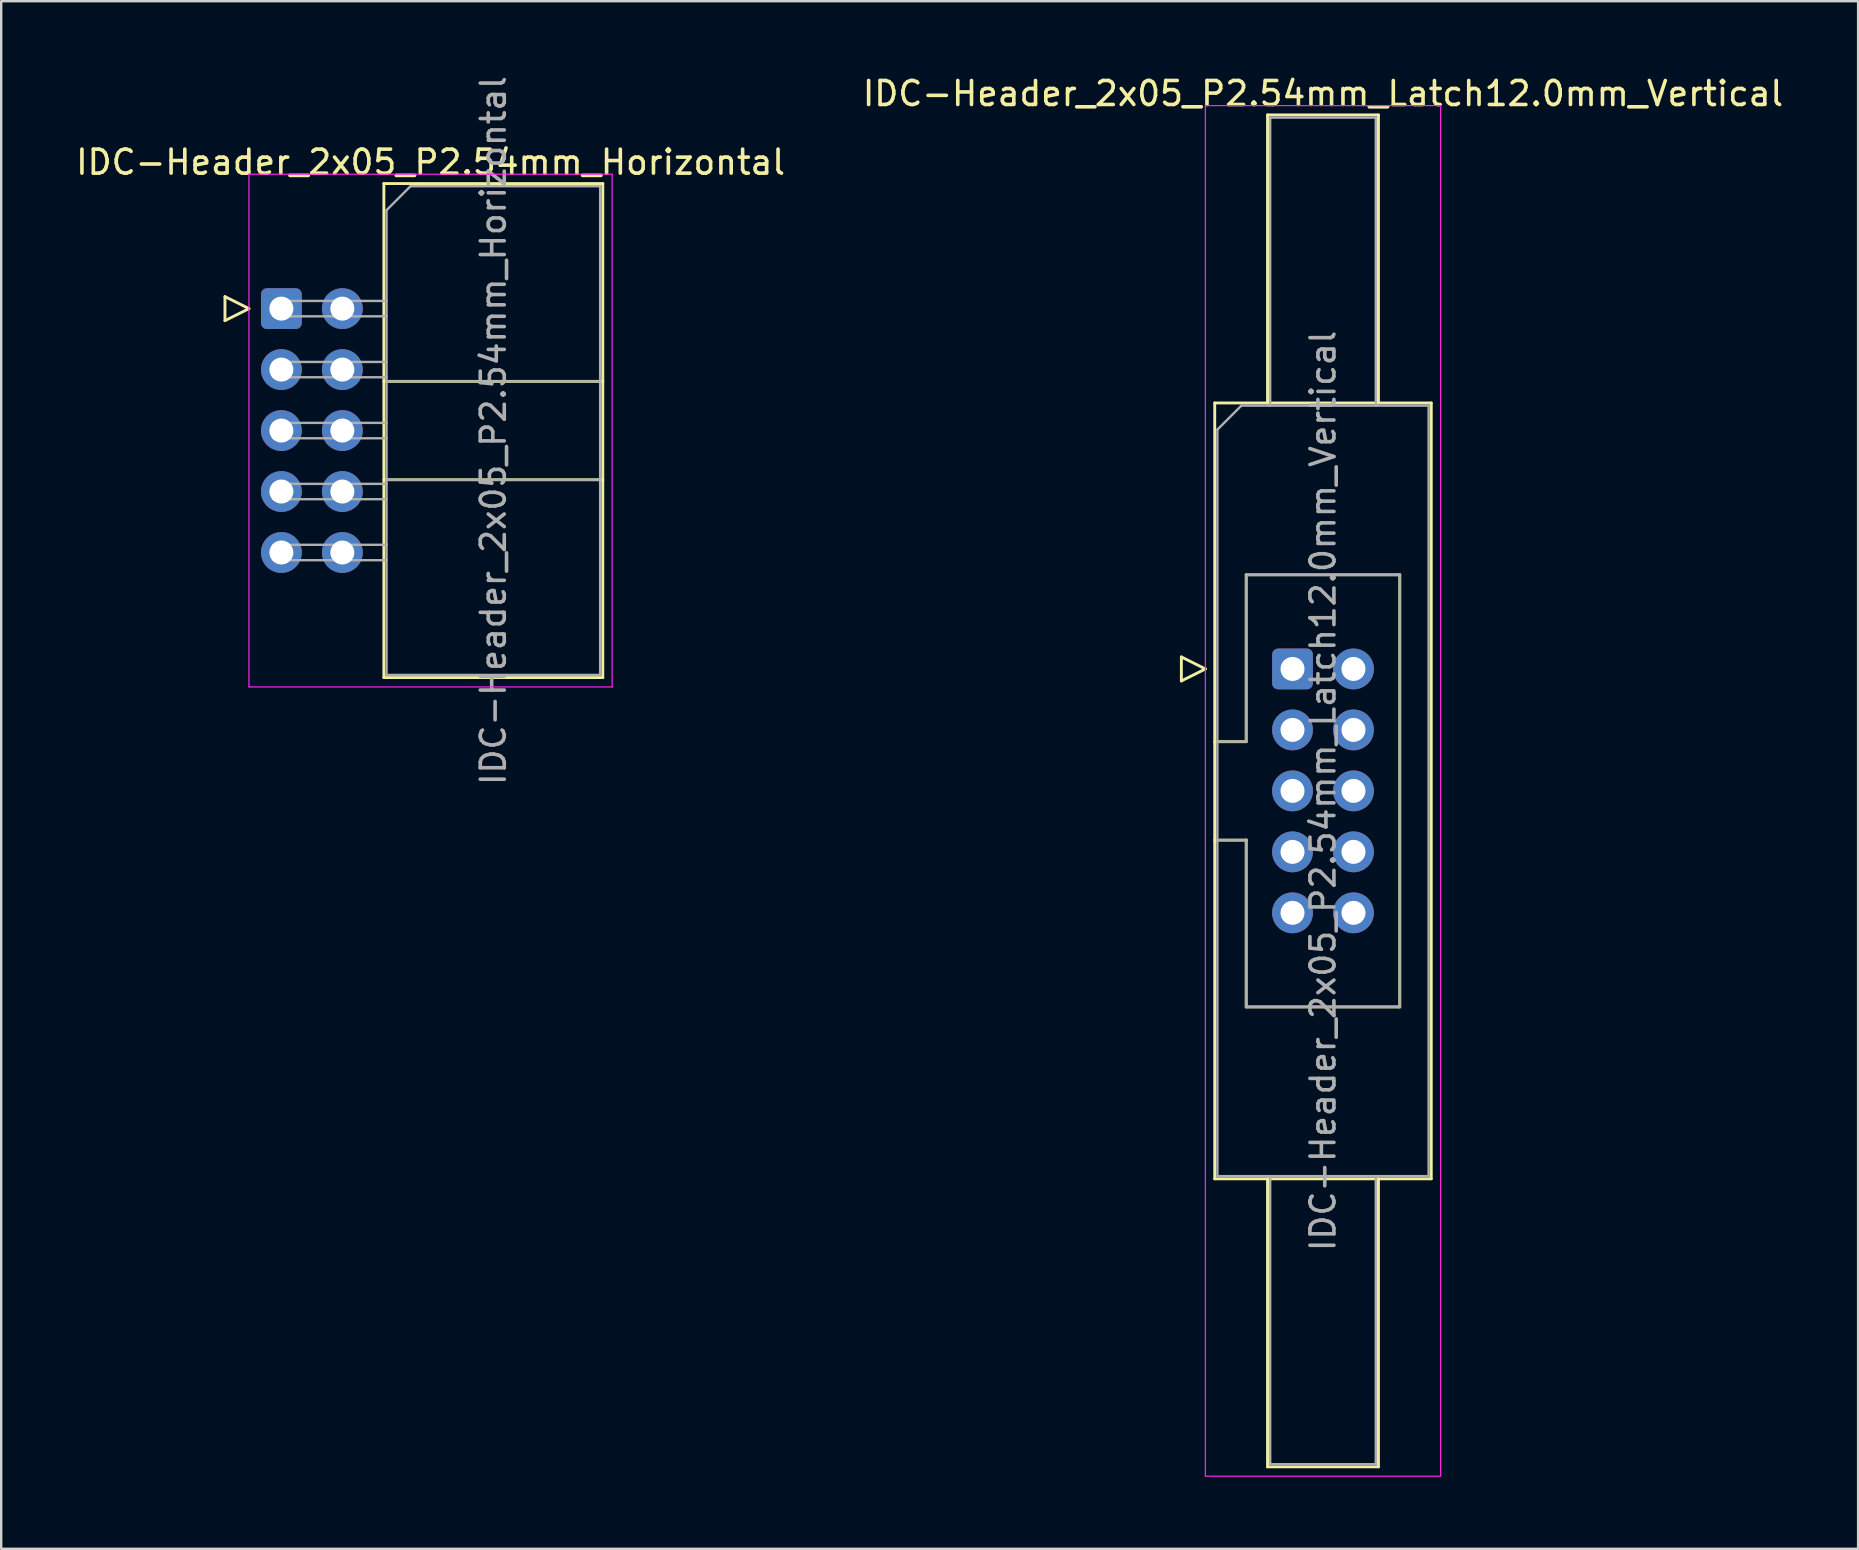
<source format=kicad_pcb>
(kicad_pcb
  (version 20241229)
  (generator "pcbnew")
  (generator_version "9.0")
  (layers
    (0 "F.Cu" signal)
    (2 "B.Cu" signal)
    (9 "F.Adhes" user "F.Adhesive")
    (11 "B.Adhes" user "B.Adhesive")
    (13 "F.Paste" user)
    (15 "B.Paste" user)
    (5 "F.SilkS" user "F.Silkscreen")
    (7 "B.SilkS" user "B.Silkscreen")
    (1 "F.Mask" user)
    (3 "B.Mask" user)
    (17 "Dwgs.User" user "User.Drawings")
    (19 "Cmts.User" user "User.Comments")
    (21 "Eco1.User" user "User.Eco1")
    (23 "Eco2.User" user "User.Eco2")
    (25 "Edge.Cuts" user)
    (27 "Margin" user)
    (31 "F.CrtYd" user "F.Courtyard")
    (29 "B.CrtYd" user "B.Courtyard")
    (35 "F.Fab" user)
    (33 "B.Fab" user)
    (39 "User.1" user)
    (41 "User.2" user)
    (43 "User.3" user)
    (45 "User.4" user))
  (footprint "IDC-Header_2x05_P2.54mm_Latch12.0mm_Vertical"
    (layer "F.Cu")
    (at 50.795 24.818)
    (property "Reference" "IDC-Header_2x05_P2.54mm_Latch12.0mm_Vertical" (at 1.27 -23.97 0) (layer "F.SilkS") (effects (font (size 1 1) (thickness 0.15))))
    (attr through_hole)
    (fp_line (start -4.63 -0.5) (end -4.63 0.5) (stroke (width 0.12) (type solid)) (layer "F.SilkS"))
    (fp_line (start -4.63 0.5) (end -3.63 0) (stroke (width 0.12) (type solid)) (layer "F.SilkS"))
    (fp_line (start -3.63 0) (end -4.63 -0.5) (stroke (width 0.12) (type solid)) (layer "F.SilkS"))
    (fp_line (start -3.24 -11.08) (end 5.78 -11.08) (stroke (width 0.12) (type solid)) (layer "F.SilkS"))
    (fp_line (start -3.24 3.03) (end -1.93 3.03) (stroke (width 0.12) (type solid)) (layer "F.SilkS"))
    (fp_line (start -3.24 21.24) (end -3.24 -11.08) (stroke (width 0.12) (type solid)) (layer "F.SilkS"))
    (fp_line (start -1.93 -3.92) (end 4.47 -3.92) (stroke (width 0.12) (type solid)) (layer "F.SilkS"))
    (fp_line (start -1.93 3.03) (end -1.93 -3.92) (stroke (width 0.12) (type solid)) (layer "F.SilkS"))
    (fp_line (start -1.93 7.13) (end -3.24 7.13) (stroke (width 0.12) (type solid)) (layer "F.SilkS"))
    (fp_line (start -1.93 7.13) (end -1.93 7.13) (stroke (width 0.12) (type solid)) (layer "F.SilkS"))
    (fp_line (start -1.93 14.08) (end -1.93 7.13) (stroke (width 0.12) (type solid)) (layer "F.SilkS"))
    (fp_line (start -1.04 -23.08) (end 3.58 -23.08) (stroke (width 0.12) (type solid)) (layer "F.SilkS"))
    (fp_line (start -1.04 -11.08) (end -1.04 -23.08) (stroke (width 0.12) (type solid)) (layer "F.SilkS"))
    (fp_line (start -1.04 21.24) (end -1.04 33.24) (stroke (width 0.12) (type solid)) (layer "F.SilkS"))
    (fp_line (start -1.04 33.24) (end 3.58 33.24) (stroke (width 0.12) (type solid)) (layer "F.SilkS"))
    (fp_line (start 3.58 -23.08) (end 3.58 -11.08) (stroke (width 0.12) (type solid)) (layer "F.SilkS"))
    (fp_line (start 3.58 33.24) (end 3.58 21.24) (stroke (width 0.12) (type solid)) (layer "F.SilkS"))
    (fp_line (start 4.47 -3.92) (end 4.47 14.08) (stroke (width 0.12) (type solid)) (layer "F.SilkS"))
    (fp_line (start 4.47 14.08) (end -1.93 14.08) (stroke (width 0.12) (type solid)) (layer "F.SilkS"))
    (fp_line (start 5.78 -11.08) (end 5.78 21.24) (stroke (width 0.12) (type solid)) (layer "F.SilkS"))
    (fp_line (start 5.78 21.24) (end -3.24 21.24) (stroke (width 0.12) (type solid)) (layer "F.SilkS"))
    (fp_line (start -3.63 -23.47) (end -3.63 33.63) (stroke (width 0.05) (type solid)) (layer "F.CrtYd"))
    (fp_line (start -3.63 33.63) (end 6.17 33.63) (stroke (width 0.05) (type solid)) (layer "F.CrtYd"))
    (fp_line (start 6.17 -23.47) (end -3.63 -23.47) (stroke (width 0.05) (type solid)) (layer "F.CrtYd"))
    (fp_line (start 6.17 33.63) (end 6.17 -23.47) (stroke (width 0.05) (type solid)) (layer "F.CrtYd"))
    (fp_line (start -3.13 -9.97) (end -2.13 -10.97) (stroke (width 0.1) (type solid)) (layer "F.Fab"))
    (fp_line (start -3.13 3.03) (end -1.93 3.03) (stroke (width 0.1) (type solid)) (layer "F.Fab"))
    (fp_line (start -3.13 21.13) (end -3.13 -9.97) (stroke (width 0.1) (type solid)) (layer "F.Fab"))
    (fp_line (start -2.13 -10.97) (end 5.67 -10.97) (stroke (width 0.1) (type solid)) (layer "F.Fab"))
    (fp_line (start -1.93 -3.92) (end 4.47 -3.92) (stroke (width 0.1) (type solid)) (layer "F.Fab"))
    (fp_line (start -1.93 3.03) (end -1.93 -3.92) (stroke (width 0.1) (type solid)) (layer "F.Fab"))
    (fp_line (start -1.93 7.13) (end -3.13 7.13) (stroke (width 0.1) (type solid)) (layer "F.Fab"))
    (fp_line (start -1.93 7.13) (end -1.93 7.13) (stroke (width 0.1) (type solid)) (layer "F.Fab"))
    (fp_line (start -1.93 14.08) (end -1.93 7.13) (stroke (width 0.1) (type solid)) (layer "F.Fab"))
    (fp_line (start -0.93 -22.97) (end 3.47 -22.97) (stroke (width 0.1) (type solid)) (layer "F.Fab"))
    (fp_line (start -0.93 -10.97) (end -0.93 -22.97) (stroke (width 0.1) (type solid)) (layer "F.Fab"))
    (fp_line (start -0.93 21.13) (end -0.93 33.13) (stroke (width 0.1) (type solid)) (layer "F.Fab"))
    (fp_line (start -0.93 33.13) (end 3.47 33.13) (stroke (width 0.1) (type solid)) (layer "F.Fab"))
    (fp_line (start 3.47 -22.97) (end 3.47 -10.97) (stroke (width 0.1) (type solid)) (layer "F.Fab"))
    (fp_line (start 3.47 33.13) (end 3.47 21.13) (stroke (width 0.1) (type solid)) (layer "F.Fab"))
    (fp_line (start 4.47 -3.92) (end 4.47 14.08) (stroke (width 0.1) (type solid)) (layer "F.Fab"))
    (fp_line (start 4.47 14.08) (end -1.93 14.08) (stroke (width 0.1) (type solid)) (layer "F.Fab"))
    (fp_line (start 5.67 -10.97) (end 5.67 21.13) (stroke (width 0.1) (type solid)) (layer "F.Fab"))
    (fp_line (start 5.67 21.13) (end -3.13 21.13) (stroke (width 0.1) (type solid)) (layer "F.Fab"))
    (fp_text user "${REFERENCE}" (at 1.27 5.08 90) (layer "F.Fab") (effects (font (size 1 1) (thickness 0.15))))
    (pad "1" thru_hole roundrect (at 0 0) (size 1.7 1.7) (drill 1) (layers "*.Cu" "*.Mask") (roundrect_rratio 0.147))
    (pad "2" thru_hole circle (at 2.54 0) (size 1.7 1.7) (drill 1) (layers "*.Cu" "*.Mask"))
    (pad "3" thru_hole circle (at 0 2.54) (size 1.7 1.7) (drill 1) (layers "*.Cu" "*.Mask"))
    (pad "4" thru_hole circle (at 2.54 2.54) (size 1.7 1.7) (drill 1) (layers "*.Cu" "*.Mask"))
    (pad "5" thru_hole circle (at 0 5.08) (size 1.7 1.7) (drill 1) (layers "*.Cu" "*.Mask"))
    (pad "6" thru_hole circle (at 2.54 5.08) (size 1.7 1.7) (drill 1) (layers "*.Cu" "*.Mask"))
    (pad "7" thru_hole circle (at 0 7.62) (size 1.7 1.7) (drill 1) (layers "*.Cu" "*.Mask"))
    (pad "8" thru_hole circle (at 2.54 7.62) (size 1.7 1.7) (drill 1) (layers "*.Cu" "*.Mask"))
    (pad "9" thru_hole circle (at 0 10.16) (size 1.7 1.7) (drill 1) (layers "*.Cu" "*.Mask"))
    (pad "10" thru_hole circle (at 2.54 10.16) (size 1.7 1.7) (drill 1) (layers "*.Cu" "*.Mask")))
  (footprint "IDC-Header_2x05_P2.54mm_Horizontal"
    (layer "F.Cu")
    (at 8.672 9.807)
    (property "Reference" "IDC-Header_2x05_P2.54mm_Horizontal" (at 6.215 -6.1 0) (layer "F.SilkS") (effects (font (size 1 1) (thickness 0.15))))
    (attr through_hole)
    (fp_line (start -2.35 -0.5) (end -2.35 0.5) (stroke (width 0.12) (type solid)) (layer "F.SilkS"))
    (fp_line (start -2.35 0.5) (end -1.35 0) (stroke (width 0.12) (type solid)) (layer "F.SilkS"))
    (fp_line (start -1.35 0) (end -2.35 -0.5) (stroke (width 0.12) (type solid)) (layer "F.SilkS"))
    (fp_line (start 4.27 -5.21) (end 13.39 -5.21) (stroke (width 0.12) (type solid)) (layer "F.SilkS"))
    (fp_line (start 4.27 3.03) (end 13.39 3.03) (stroke (width 0.12) (type solid)) (layer "F.SilkS"))
    (fp_line (start 4.27 7.13) (end 13.39 7.13) (stroke (width 0.12) (type solid)) (layer "F.SilkS"))
    (fp_line (start 4.27 15.37) (end 4.27 -5.21) (stroke (width 0.12) (type solid)) (layer "F.SilkS"))
    (fp_line (start 13.39 -5.21) (end 13.39 15.37) (stroke (width 0.12) (type solid)) (layer "F.SilkS"))
    (fp_line (start 13.39 15.37) (end 4.27 15.37) (stroke (width 0.12) (type solid)) (layer "F.SilkS"))
    (fp_line (start -1.35 -5.6) (end -1.35 15.76) (stroke (width 0.05) (type solid)) (layer "F.CrtYd"))
    (fp_line (start -1.35 15.76) (end 13.78 15.76) (stroke (width 0.05) (type solid)) (layer "F.CrtYd"))
    (fp_line (start 13.78 -5.6) (end -1.35 -5.6) (stroke (width 0.05) (type solid)) (layer "F.CrtYd"))
    (fp_line (start 13.78 15.76) (end 13.78 -5.6) (stroke (width 0.05) (type solid)) (layer "F.CrtYd"))
    (fp_line (start -0.32 -0.32) (end -0.32 0.32) (stroke (width 0.1) (type solid)) (layer "F.Fab"))
    (fp_line (start -0.32 0.32) (end 4.38 0.32) (stroke (width 0.1) (type solid)) (layer "F.Fab"))
    (fp_line (start -0.32 2.22) (end -0.32 2.86) (stroke (width 0.1) (type solid)) (layer "F.Fab"))
    (fp_line (start -0.32 2.86) (end 4.38 2.86) (stroke (width 0.1) (type solid)) (layer "F.Fab"))
    (fp_line (start -0.32 4.76) (end -0.32 5.4) (stroke (width 0.1) (type solid)) (layer "F.Fab"))
    (fp_line (start -0.32 5.4) (end 4.38 5.4) (stroke (width 0.1) (type solid)) (layer "F.Fab"))
    (fp_line (start -0.32 7.3) (end -0.32 7.94) (stroke (width 0.1) (type solid)) (layer "F.Fab"))
    (fp_line (start -0.32 7.94) (end 4.38 7.94) (stroke (width 0.1) (type solid)) (layer "F.Fab"))
    (fp_line (start -0.32 9.84) (end -0.32 10.48) (stroke (width 0.1) (type solid)) (layer "F.Fab"))
    (fp_line (start -0.32 10.48) (end 4.38 10.48) (stroke (width 0.1) (type solid)) (layer "F.Fab"))
    (fp_line (start 4.38 -4.1) (end 5.38 -5.1) (stroke (width 0.1) (type solid)) (layer "F.Fab"))
    (fp_line (start 4.38 -0.32) (end -0.32 -0.32) (stroke (width 0.1) (type solid)) (layer "F.Fab"))
    (fp_line (start 4.38 2.22) (end -0.32 2.22) (stroke (width 0.1) (type solid)) (layer "F.Fab"))
    (fp_line (start 4.38 3.03) (end 13.28 3.03) (stroke (width 0.1) (type solid)) (layer "F.Fab"))
    (fp_line (start 4.38 4.76) (end -0.32 4.76) (stroke (width 0.1) (type solid)) (layer "F.Fab"))
    (fp_line (start 4.38 7.13) (end 13.28 7.13) (stroke (width 0.1) (type solid)) (layer "F.Fab"))
    (fp_line (start 4.38 7.3) (end -0.32 7.3) (stroke (width 0.1) (type solid)) (layer "F.Fab"))
    (fp_line (start 4.38 9.84) (end -0.32 9.84) (stroke (width 0.1) (type solid)) (layer "F.Fab"))
    (fp_line (start 4.38 15.26) (end 4.38 -4.1) (stroke (width 0.1) (type solid)) (layer "F.Fab"))
    (fp_line (start 5.38 -5.1) (end 13.28 -5.1) (stroke (width 0.1) (type solid)) (layer "F.Fab"))
    (fp_line (start 13.28 -5.1) (end 13.28 15.26) (stroke (width 0.1) (type solid)) (layer "F.Fab"))
    (fp_line (start 13.28 15.26) (end 4.38 15.26) (stroke (width 0.1) (type solid)) (layer "F.Fab"))
    (fp_text user "${REFERENCE}" (at 8.83 5.08 90) (layer "F.Fab") (effects (font (size 1 1) (thickness 0.15))))
    (pad "1" thru_hole roundrect (at 0 0) (size 1.7 1.7) (drill 1) (layers "*.Cu" "*.Mask") (roundrect_rratio 0.147))
    (pad "2" thru_hole circle (at 2.54 0) (size 1.7 1.7) (drill 1) (layers "*.Cu" "*.Mask"))
    (pad "3" thru_hole circle (at 0 2.54) (size 1.7 1.7) (drill 1) (layers "*.Cu" "*.Mask"))
    (pad "4" thru_hole circle (at 2.54 2.54) (size 1.7 1.7) (drill 1) (layers "*.Cu" "*.Mask"))
    (pad "5" thru_hole circle (at 0 5.08) (size 1.7 1.7) (drill 1) (layers "*.Cu" "*.Mask"))
    (pad "6" thru_hole circle (at 2.54 5.08) (size 1.7 1.7) (drill 1) (layers "*.Cu" "*.Mask"))
    (pad "7" thru_hole circle (at 0 7.62) (size 1.7 1.7) (drill 1) (layers "*.Cu" "*.Mask"))
    (pad "8" thru_hole circle (at 2.54 7.62) (size 1.7 1.7) (drill 1) (layers "*.Cu" "*.Mask"))
    (pad "9" thru_hole circle (at 0 10.16) (size 1.7 1.7) (drill 1) (layers "*.Cu" "*.Mask"))
    (pad "10" thru_hole circle (at 2.54 10.16) (size 1.7 1.7) (drill 1) (layers "*.Cu" "*.Mask")))
  (gr_rect
    (start -3 -3)
    (end 74.357 61.473)
    (stroke (width 0.1) (type default))
    (fill no)
    (layer "Edge.Cuts")))
</source>
